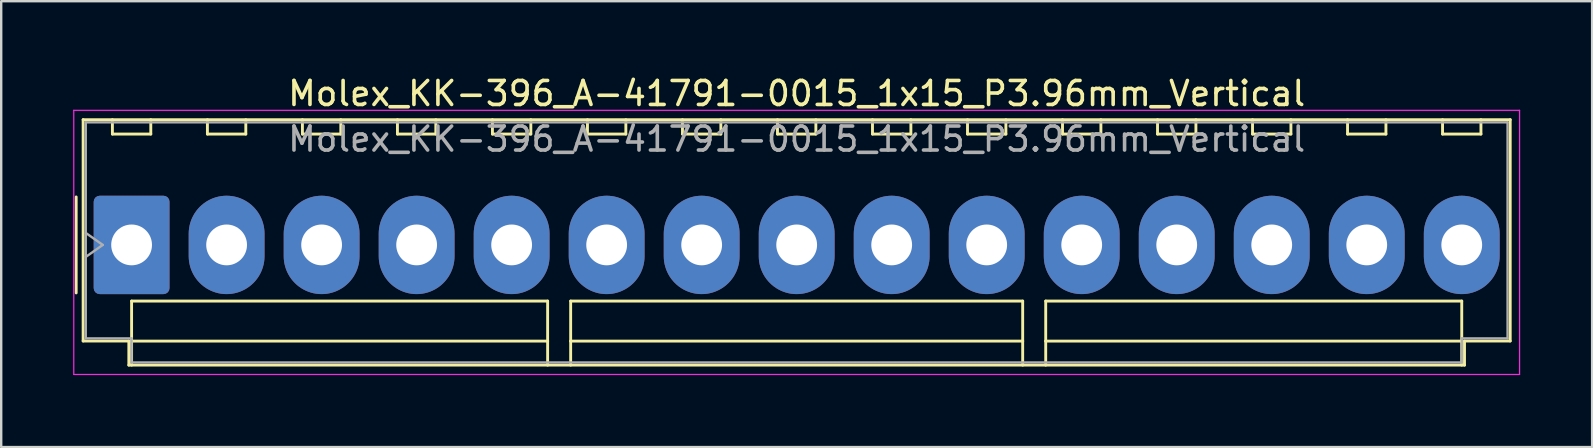
<source format=kicad_pcb>
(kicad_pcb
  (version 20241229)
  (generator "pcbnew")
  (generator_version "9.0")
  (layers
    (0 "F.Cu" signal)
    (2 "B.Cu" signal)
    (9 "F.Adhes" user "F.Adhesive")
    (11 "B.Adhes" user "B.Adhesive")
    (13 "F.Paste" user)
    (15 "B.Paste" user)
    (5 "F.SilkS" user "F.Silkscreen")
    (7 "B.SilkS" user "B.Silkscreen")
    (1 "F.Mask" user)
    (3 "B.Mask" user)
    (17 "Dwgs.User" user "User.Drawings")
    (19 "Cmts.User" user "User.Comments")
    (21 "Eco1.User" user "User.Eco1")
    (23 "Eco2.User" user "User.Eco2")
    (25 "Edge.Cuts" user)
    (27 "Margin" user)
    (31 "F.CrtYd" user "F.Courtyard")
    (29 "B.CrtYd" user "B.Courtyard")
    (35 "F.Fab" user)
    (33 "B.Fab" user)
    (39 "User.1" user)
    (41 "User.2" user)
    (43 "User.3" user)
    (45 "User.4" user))
  (footprint "Molex_KK-396_A-41791-0015_1x15_P3.96mm_Vertical"
    (layer "F.Cu")
    (at 2.435 7.158)
    (property "Reference" "Molex_KK-396_A-41791-0015_1x15_P3.96mm_Vertical" (at 27.72 -6.31 0) (layer "F.SilkS") (effects (font (size 1 1) (thickness 0.15))))
    (attr through_hole)
    (fp_line (start -2.31 -2) (end -2.31 2) (stroke (width 0.12) (type solid)) (layer "F.SilkS"))
    (fp_line (start -2.02 -5.22) (end 57.46 -5.22) (stroke (width 0.12) (type solid)) (layer "F.SilkS"))
    (fp_line (start -2.02 4.005) (end -2.02 -5.22) (stroke (width 0.12) (type solid)) (layer "F.SilkS"))
    (fp_line (start -0.8 -5.22) (end -0.8 -4.62) (stroke (width 0.12) (type solid)) (layer "F.SilkS"))
    (fp_line (start -0.8 -4.62) (end 0.8 -4.62) (stroke (width 0.12) (type solid)) (layer "F.SilkS"))
    (fp_line (start -0.115 4.005) (end -2.02 4.005) (stroke (width 0.12) (type solid)) (layer "F.SilkS"))
    (fp_line (start -0.115 5.01) (end -0.115 4.005) (stroke (width 0.12) (type solid)) (layer "F.SilkS"))
    (fp_line (start 0 2.34) (end 17.34 2.34) (stroke (width 0.12) (type solid)) (layer "F.SilkS"))
    (fp_line (start 0 4.01) (end 0 2.34) (stroke (width 0.12) (type solid)) (layer "F.SilkS"))
    (fp_line (start 0 4.01) (end 17.34 4.01) (stroke (width 0.12) (type solid)) (layer "F.SilkS"))
    (fp_line (start 0 5.01) (end 0 4.01) (stroke (width 0.12) (type solid)) (layer "F.SilkS"))
    (fp_line (start 0.8 -4.62) (end 0.8 -5.22) (stroke (width 0.12) (type solid)) (layer "F.SilkS"))
    (fp_line (start 3.16 -5.22) (end 3.16 -4.62) (stroke (width 0.12) (type solid)) (layer "F.SilkS"))
    (fp_line (start 3.16 -4.62) (end 4.76 -4.62) (stroke (width 0.12) (type solid)) (layer "F.SilkS"))
    (fp_line (start 4.76 -4.62) (end 4.76 -5.22) (stroke (width 0.12) (type solid)) (layer "F.SilkS"))
    (fp_line (start 7.12 -5.22) (end 7.12 -4.62) (stroke (width 0.12) (type solid)) (layer "F.SilkS"))
    (fp_line (start 7.12 -4.62) (end 8.72 -4.62) (stroke (width 0.12) (type solid)) (layer "F.SilkS"))
    (fp_line (start 8.72 -4.62) (end 8.72 -5.22) (stroke (width 0.12) (type solid)) (layer "F.SilkS"))
    (fp_line (start 11.08 -5.22) (end 11.08 -4.62) (stroke (width 0.12) (type solid)) (layer "F.SilkS"))
    (fp_line (start 11.08 -4.62) (end 12.68 -4.62) (stroke (width 0.12) (type solid)) (layer "F.SilkS"))
    (fp_line (start 12.68 -4.62) (end 12.68 -5.22) (stroke (width 0.12) (type solid)) (layer "F.SilkS"))
    (fp_line (start 15.04 -5.22) (end 15.04 -4.62) (stroke (width 0.12) (type solid)) (layer "F.SilkS"))
    (fp_line (start 15.04 -4.62) (end 16.64 -4.62) (stroke (width 0.12) (type solid)) (layer "F.SilkS"))
    (fp_line (start 16.64 -4.62) (end 16.64 -5.22) (stroke (width 0.12) (type solid)) (layer "F.SilkS"))
    (fp_line (start 17.34 2.34) (end 17.34 4.01) (stroke (width 0.12) (type solid)) (layer "F.SilkS"))
    (fp_line (start 17.34 4.01) (end 17.34 5.01) (stroke (width 0.12) (type solid)) (layer "F.SilkS"))
    (fp_line (start 18.3 2.34) (end 37.14 2.34) (stroke (width 0.12) (type solid)) (layer "F.SilkS"))
    (fp_line (start 18.3 4.01) (end 18.3 2.34) (stroke (width 0.12) (type solid)) (layer "F.SilkS"))
    (fp_line (start 18.3 4.01) (end 37.14 4.01) (stroke (width 0.12) (type solid)) (layer "F.SilkS"))
    (fp_line (start 18.3 5.01) (end 18.3 4.01) (stroke (width 0.12) (type solid)) (layer "F.SilkS"))
    (fp_line (start 19 -5.22) (end 19 -4.62) (stroke (width 0.12) (type solid)) (layer "F.SilkS"))
    (fp_line (start 19 -4.62) (end 20.6 -4.62) (stroke (width 0.12) (type solid)) (layer "F.SilkS"))
    (fp_line (start 20.6 -4.62) (end 20.6 -5.22) (stroke (width 0.12) (type solid)) (layer "F.SilkS"))
    (fp_line (start 22.96 -5.22) (end 22.96 -4.62) (stroke (width 0.12) (type solid)) (layer "F.SilkS"))
    (fp_line (start 22.96 -4.62) (end 24.56 -4.62) (stroke (width 0.12) (type solid)) (layer "F.SilkS"))
    (fp_line (start 24.56 -4.62) (end 24.56 -5.22) (stroke (width 0.12) (type solid)) (layer "F.SilkS"))
    (fp_line (start 26.92 -5.22) (end 26.92 -4.62) (stroke (width 0.12) (type solid)) (layer "F.SilkS"))
    (fp_line (start 26.92 -4.62) (end 28.52 -4.62) (stroke (width 0.12) (type solid)) (layer "F.SilkS"))
    (fp_line (start 28.52 -4.62) (end 28.52 -5.22) (stroke (width 0.12) (type solid)) (layer "F.SilkS"))
    (fp_line (start 30.88 -5.22) (end 30.88 -4.62) (stroke (width 0.12) (type solid)) (layer "F.SilkS"))
    (fp_line (start 30.88 -4.62) (end 32.48 -4.62) (stroke (width 0.12) (type solid)) (layer "F.SilkS"))
    (fp_line (start 32.48 -4.62) (end 32.48 -5.22) (stroke (width 0.12) (type solid)) (layer "F.SilkS"))
    (fp_line (start 34.84 -5.22) (end 34.84 -4.62) (stroke (width 0.12) (type solid)) (layer "F.SilkS"))
    (fp_line (start 34.84 -4.62) (end 36.44 -4.62) (stroke (width 0.12) (type solid)) (layer "F.SilkS"))
    (fp_line (start 36.44 -4.62) (end 36.44 -5.22) (stroke (width 0.12) (type solid)) (layer "F.SilkS"))
    (fp_line (start 37.14 2.34) (end 37.14 4.01) (stroke (width 0.12) (type solid)) (layer "F.SilkS"))
    (fp_line (start 37.14 4.01) (end 37.14 5.01) (stroke (width 0.12) (type solid)) (layer "F.SilkS"))
    (fp_line (start 38.1 2.34) (end 55.44 2.34) (stroke (width 0.12) (type solid)) (layer "F.SilkS"))
    (fp_line (start 38.1 4.01) (end 38.1 2.34) (stroke (width 0.12) (type solid)) (layer "F.SilkS"))
    (fp_line (start 38.1 4.01) (end 55.44 4.01) (stroke (width 0.12) (type solid)) (layer "F.SilkS"))
    (fp_line (start 38.1 5.01) (end 38.1 4.01) (stroke (width 0.12) (type solid)) (layer "F.SilkS"))
    (fp_line (start 38.8 -5.22) (end 38.8 -4.62) (stroke (width 0.12) (type solid)) (layer "F.SilkS"))
    (fp_line (start 38.8 -4.62) (end 40.4 -4.62) (stroke (width 0.12) (type solid)) (layer "F.SilkS"))
    (fp_line (start 40.4 -4.62) (end 40.4 -5.22) (stroke (width 0.12) (type solid)) (layer "F.SilkS"))
    (fp_line (start 42.76 -5.22) (end 42.76 -4.62) (stroke (width 0.12) (type solid)) (layer "F.SilkS"))
    (fp_line (start 42.76 -4.62) (end 44.36 -4.62) (stroke (width 0.12) (type solid)) (layer "F.SilkS"))
    (fp_line (start 44.36 -4.62) (end 44.36 -5.22) (stroke (width 0.12) (type solid)) (layer "F.SilkS"))
    (fp_line (start 46.72 -5.22) (end 46.72 -4.62) (stroke (width 0.12) (type solid)) (layer "F.SilkS"))
    (fp_line (start 46.72 -4.62) (end 48.32 -4.62) (stroke (width 0.12) (type solid)) (layer "F.SilkS"))
    (fp_line (start 48.32 -4.62) (end 48.32 -5.22) (stroke (width 0.12) (type solid)) (layer "F.SilkS"))
    (fp_line (start 50.68 -5.22) (end 50.68 -4.62) (stroke (width 0.12) (type solid)) (layer "F.SilkS"))
    (fp_line (start 50.68 -4.62) (end 52.28 -4.62) (stroke (width 0.12) (type solid)) (layer "F.SilkS"))
    (fp_line (start 52.28 -4.62) (end 52.28 -5.22) (stroke (width 0.12) (type solid)) (layer "F.SilkS"))
    (fp_line (start 54.64 -5.22) (end 54.64 -4.62) (stroke (width 0.12) (type solid)) (layer "F.SilkS"))
    (fp_line (start 54.64 -4.62) (end 56.24 -4.62) (stroke (width 0.12) (type solid)) (layer "F.SilkS"))
    (fp_line (start 55.44 2.34) (end 55.44 4.01) (stroke (width 0.12) (type solid)) (layer "F.SilkS"))
    (fp_line (start 55.44 4.01) (end 55.44 5.01) (stroke (width 0.12) (type solid)) (layer "F.SilkS"))
    (fp_line (start 55.555 4.005) (end 55.555 5.01) (stroke (width 0.12) (type solid)) (layer "F.SilkS"))
    (fp_line (start 55.555 5.01) (end -0.115 5.01) (stroke (width 0.12) (type solid)) (layer "F.SilkS"))
    (fp_line (start 56.24 -4.62) (end 56.24 -5.22) (stroke (width 0.12) (type solid)) (layer "F.SilkS"))
    (fp_line (start 57.46 -5.22) (end 57.46 4.005) (stroke (width 0.12) (type solid)) (layer "F.SilkS"))
    (fp_line (start 57.46 4.005) (end 55.555 4.005) (stroke (width 0.12) (type solid)) (layer "F.SilkS"))
    (fp_line (start -2.41 -5.61) (end -2.41 5.4) (stroke (width 0.05) (type solid)) (layer "F.CrtYd"))
    (fp_line (start -2.41 5.4) (end 57.85 5.4) (stroke (width 0.05) (type solid)) (layer "F.CrtYd"))
    (fp_line (start 57.85 -5.61) (end -2.41 -5.61) (stroke (width 0.05) (type solid)) (layer "F.CrtYd"))
    (fp_line (start 57.85 5.4) (end 57.85 -5.61) (stroke (width 0.05) (type solid)) (layer "F.CrtYd"))
    (fp_line (start -1.91 -5.11) (end 57.35 -5.11) (stroke (width 0.1) (type solid)) (layer "F.Fab"))
    (fp_line (start -1.91 -0.5) (end -1.203 0) (stroke (width 0.1) (type solid)) (layer "F.Fab"))
    (fp_line (start -1.91 3.895) (end -1.91 -5.11) (stroke (width 0.1) (type solid)) (layer "F.Fab"))
    (fp_line (start -1.203 0) (end -1.91 0.5) (stroke (width 0.1) (type solid)) (layer "F.Fab"))
    (fp_line (start -0.005 3.895) (end -1.91 3.895) (stroke (width 0.1) (type solid)) (layer "F.Fab"))
    (fp_line (start -0.005 4.9) (end -0.005 3.895) (stroke (width 0.1) (type solid)) (layer "F.Fab"))
    (fp_line (start 55.445 3.895) (end 55.445 4.9) (stroke (width 0.1) (type solid)) (layer "F.Fab"))
    (fp_line (start 55.445 4.9) (end -0.005 4.9) (stroke (width 0.1) (type solid)) (layer "F.Fab"))
    (fp_line (start 57.35 -5.11) (end 57.35 3.895) (stroke (width 0.1) (type solid)) (layer "F.Fab"))
    (fp_line (start 57.35 3.895) (end 55.445 3.895) (stroke (width 0.1) (type solid)) (layer "F.Fab"))
    (fp_text user "${REFERENCE}" (at 27.72 -4.41 0) (layer "F.Fab") (effects (font (size 1 1) (thickness 0.15))))
    (pad "1" thru_hole roundrect (at 0 0) (size 3.16 4.1) (drill 1.7) (layers "*.Cu" "*.Mask") (roundrect_rratio 0.079))
    (pad "2" thru_hole oval (at 3.96 0) (size 3.16 4.1) (drill 1.7) (layers "*.Cu" "*.Mask"))
    (pad "3" thru_hole oval (at 7.92 0) (size 3.16 4.1) (drill 1.7) (layers "*.Cu" "*.Mask"))
    (pad "4" thru_hole oval (at 11.88 0) (size 3.16 4.1) (drill 1.7) (layers "*.Cu" "*.Mask"))
    (pad "5" thru_hole oval (at 15.84 0) (size 3.16 4.1) (drill 1.7) (layers "*.Cu" "*.Mask"))
    (pad "6" thru_hole oval (at 19.8 0) (size 3.16 4.1) (drill 1.7) (layers "*.Cu" "*.Mask"))
    (pad "7" thru_hole oval (at 23.76 0) (size 3.16 4.1) (drill 1.7) (layers "*.Cu" "*.Mask"))
    (pad "8" thru_hole oval (at 27.72 0) (size 3.16 4.1) (drill 1.7) (layers "*.Cu" "*.Mask"))
    (pad "9" thru_hole oval (at 31.68 0) (size 3.16 4.1) (drill 1.7) (layers "*.Cu" "*.Mask"))
    (pad "10" thru_hole oval (at 35.64 0) (size 3.16 4.1) (drill 1.7) (layers "*.Cu" "*.Mask"))
    (pad "11" thru_hole oval (at 39.6 0) (size 3.16 4.1) (drill 1.7) (layers "*.Cu" "*.Mask"))
    (pad "12" thru_hole oval (at 43.56 0) (size 3.16 4.1) (drill 1.7) (layers "*.Cu" "*.Mask"))
    (pad "13" thru_hole oval (at 47.52 0) (size 3.16 4.1) (drill 1.7) (layers "*.Cu" "*.Mask"))
    (pad "14" thru_hole oval (at 51.48 0) (size 3.16 4.1) (drill 1.7) (layers "*.Cu" "*.Mask"))
    (pad "15" thru_hole oval (at 55.44 0) (size 3.16 4.1) (drill 1.7) (layers "*.Cu" "*.Mask")))
  (gr_rect
    (start -3 -3)
    (end 63.31 15.583)
    (stroke (width 0.1) (type default))
    (fill no)
    (layer "Edge.Cuts")))
</source>
